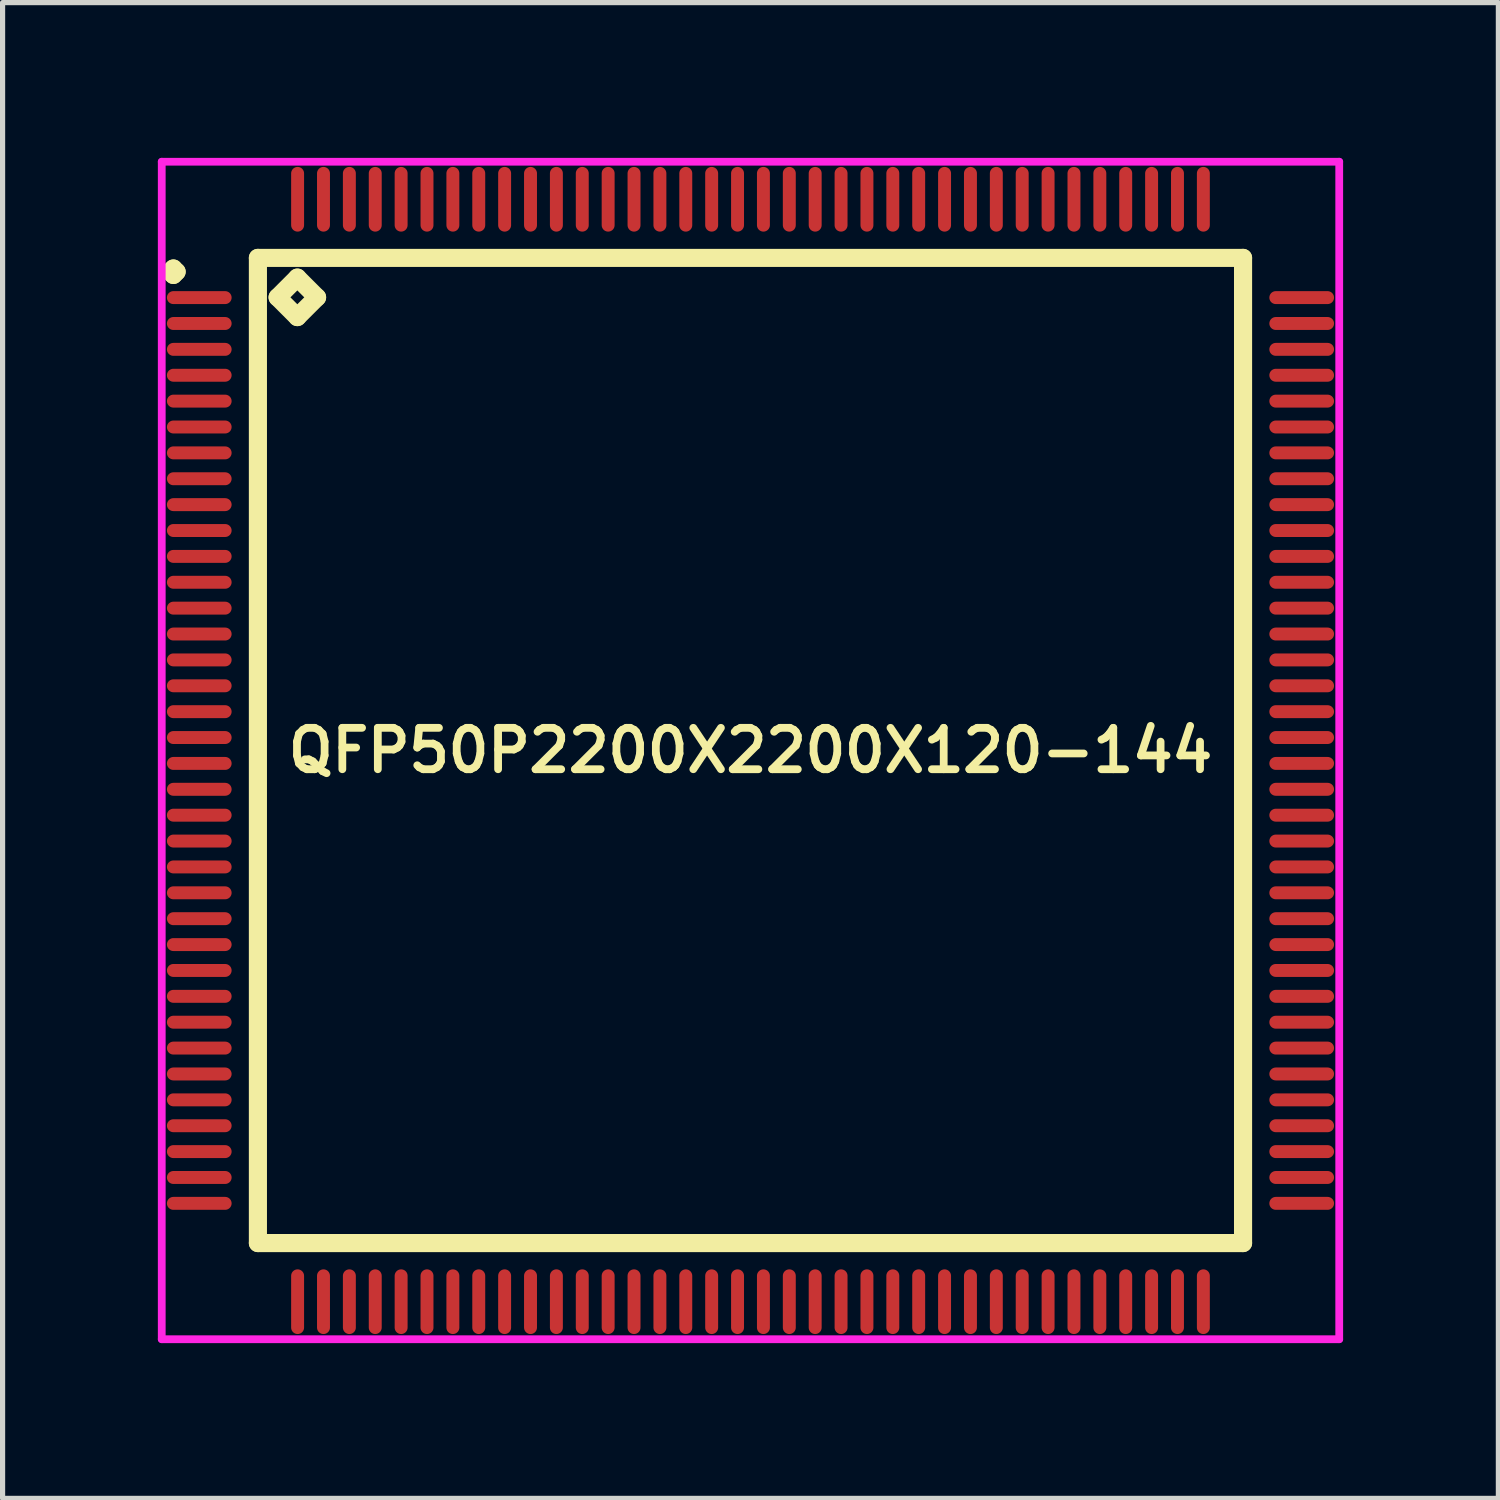
<source format=kicad_pcb>
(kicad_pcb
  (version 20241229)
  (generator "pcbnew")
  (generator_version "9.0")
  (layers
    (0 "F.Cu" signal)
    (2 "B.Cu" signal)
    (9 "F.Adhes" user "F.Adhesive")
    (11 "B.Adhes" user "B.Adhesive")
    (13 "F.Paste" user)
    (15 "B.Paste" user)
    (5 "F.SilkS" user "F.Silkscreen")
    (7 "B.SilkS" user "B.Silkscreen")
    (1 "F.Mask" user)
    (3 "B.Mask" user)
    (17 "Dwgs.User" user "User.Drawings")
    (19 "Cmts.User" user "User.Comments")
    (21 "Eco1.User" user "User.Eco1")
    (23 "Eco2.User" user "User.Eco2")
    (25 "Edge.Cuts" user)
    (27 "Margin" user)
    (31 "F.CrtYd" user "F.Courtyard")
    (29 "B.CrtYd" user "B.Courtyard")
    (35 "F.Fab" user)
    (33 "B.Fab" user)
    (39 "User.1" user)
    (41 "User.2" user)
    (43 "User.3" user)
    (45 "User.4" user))
  (footprint "QFP50P2200X2200X120-144"
    (layer "F.Cu")
    (at 11.45 11.45)
    (property "Reference" "QFP50P2200X2200X120-144" (at 0 0 0) (layer "F.SilkS") (effects (font (size 0.8 0.8) (thickness 0.15))))
    (attr smd)
    (fp_line (start -11.213 -9.25) (end -11.15 -9.312) (stroke (width 0.35) (type solid)) (layer "F.SilkS"))
    (fp_line (start -11.15 -9.312) (end -11.088 -9.25) (stroke (width 0.35) (type solid)) (layer "F.SilkS"))
    (fp_line (start -11.15 -9.188) (end -11.213 -9.25) (stroke (width 0.35) (type solid)) (layer "F.SilkS"))
    (fp_line (start -11.088 -9.25) (end -11.15 -9.188) (stroke (width 0.35) (type solid)) (layer "F.SilkS"))
    (fp_line (start -9.517 -9.517) (end -9.517 9.517) (stroke (width 0.35) (type solid)) (layer "F.SilkS"))
    (fp_line (start -9.517 9.517) (end 9.517 9.517) (stroke (width 0.35) (type solid)) (layer "F.SilkS"))
    (fp_line (start -9.136 -8.755) (end -8.755 -9.136) (stroke (width 0.35) (type solid)) (layer "F.SilkS"))
    (fp_line (start -8.755 -9.136) (end -8.374 -8.755) (stroke (width 0.35) (type solid)) (layer "F.SilkS"))
    (fp_line (start -8.755 -8.374) (end -9.136 -8.755) (stroke (width 0.35) (type solid)) (layer "F.SilkS"))
    (fp_line (start -8.374 -8.755) (end -8.755 -8.374) (stroke (width 0.35) (type solid)) (layer "F.SilkS"))
    (fp_line (start 9.517 -9.517) (end -9.517 -9.517) (stroke (width 0.35) (type solid)) (layer "F.SilkS"))
    (fp_line (start 9.517 9.517) (end 9.517 -9.517) (stroke (width 0.35) (type solid)) (layer "F.SilkS"))
    (fp_line (start -11.375 -11.375) (end 11.375 -11.375) (stroke (width 0.15) (type solid)) (layer "F.CrtYd"))
    (fp_line (start -11.375 11.375) (end -11.375 -11.375) (stroke (width 0.15) (type solid)) (layer "F.CrtYd"))
    (fp_line (start 11.375 -11.375) (end 11.375 11.375) (stroke (width 0.15) (type solid)) (layer "F.CrtYd"))
    (fp_line (start 11.375 11.375) (end -11.375 11.375) (stroke (width 0.15) (type solid)) (layer "F.CrtYd"))
    (pad "1" smd oval (at -10.65 -8.75) (size 1.25 0.25) (layers "F.Cu" "F.Mask" "F.Paste"))
    (pad "2" smd oval (at -10.65 -8.25) (size 1.25 0.25) (layers "F.Cu" "F.Mask" "F.Paste"))
    (pad "3" smd oval (at -10.65 -7.75) (size 1.25 0.25) (layers "F.Cu" "F.Mask" "F.Paste"))
    (pad "4" smd oval (at -10.65 -7.25) (size 1.25 0.25) (layers "F.Cu" "F.Mask" "F.Paste"))
    (pad "5" smd oval (at -10.65 -6.75) (size 1.25 0.25) (layers "F.Cu" "F.Mask" "F.Paste"))
    (pad "6" smd oval (at -10.65 -6.25) (size 1.25 0.25) (layers "F.Cu" "F.Mask" "F.Paste"))
    (pad "7" smd oval (at -10.65 -5.75) (size 1.25 0.25) (layers "F.Cu" "F.Mask" "F.Paste"))
    (pad "8" smd oval (at -10.65 -5.25) (size 1.25 0.25) (layers "F.Cu" "F.Mask" "F.Paste"))
    (pad "9" smd oval (at -10.65 -4.75) (size 1.25 0.25) (layers "F.Cu" "F.Mask" "F.Paste"))
    (pad "10" smd oval (at -10.65 -4.25) (size 1.25 0.25) (layers "F.Cu" "F.Mask" "F.Paste"))
    (pad "11" smd oval (at -10.65 -3.75) (size 1.25 0.25) (layers "F.Cu" "F.Mask" "F.Paste"))
    (pad "12" smd oval (at -10.65 -3.25) (size 1.25 0.25) (layers "F.Cu" "F.Mask" "F.Paste"))
    (pad "13" smd oval (at -10.65 -2.75) (size 1.25 0.25) (layers "F.Cu" "F.Mask" "F.Paste"))
    (pad "14" smd oval (at -10.65 -2.25) (size 1.25 0.25) (layers "F.Cu" "F.Mask" "F.Paste"))
    (pad "15" smd oval (at -10.65 -1.75) (size 1.25 0.25) (layers "F.Cu" "F.Mask" "F.Paste"))
    (pad "16" smd oval (at -10.65 -1.25) (size 1.25 0.25) (layers "F.Cu" "F.Mask" "F.Paste"))
    (pad "17" smd oval (at -10.65 -0.75) (size 1.25 0.25) (layers "F.Cu" "F.Mask" "F.Paste"))
    (pad "18" smd oval (at -10.65 -0.25) (size 1.25 0.25) (layers "F.Cu" "F.Mask" "F.Paste"))
    (pad "19" smd oval (at -10.65 0.25) (size 1.25 0.25) (layers "F.Cu" "F.Mask" "F.Paste"))
    (pad "20" smd oval (at -10.65 0.75) (size 1.25 0.25) (layers "F.Cu" "F.Mask" "F.Paste"))
    (pad "21" smd oval (at -10.65 1.25) (size 1.25 0.25) (layers "F.Cu" "F.Mask" "F.Paste"))
    (pad "22" smd oval (at -10.65 1.75) (size 1.25 0.25) (layers "F.Cu" "F.Mask" "F.Paste"))
    (pad "23" smd oval (at -10.65 2.25) (size 1.25 0.25) (layers "F.Cu" "F.Mask" "F.Paste"))
    (pad "24" smd oval (at -10.65 2.75) (size 1.25 0.25) (layers "F.Cu" "F.Mask" "F.Paste"))
    (pad "25" smd oval (at -10.65 3.25) (size 1.25 0.25) (layers "F.Cu" "F.Mask" "F.Paste"))
    (pad "26" smd oval (at -10.65 3.75) (size 1.25 0.25) (layers "F.Cu" "F.Mask" "F.Paste"))
    (pad "27" smd oval (at -10.65 4.25) (size 1.25 0.25) (layers "F.Cu" "F.Mask" "F.Paste"))
    (pad "28" smd oval (at -10.65 4.75) (size 1.25 0.25) (layers "F.Cu" "F.Mask" "F.Paste"))
    (pad "29" smd oval (at -10.65 5.25) (size 1.25 0.25) (layers "F.Cu" "F.Mask" "F.Paste"))
    (pad "30" smd oval (at -10.65 5.75) (size 1.25 0.25) (layers "F.Cu" "F.Mask" "F.Paste"))
    (pad "31" smd oval (at -10.65 6.25) (size 1.25 0.25) (layers "F.Cu" "F.Mask" "F.Paste"))
    (pad "32" smd oval (at -10.65 6.75) (size 1.25 0.25) (layers "F.Cu" "F.Mask" "F.Paste"))
    (pad "33" smd oval (at -10.65 7.25) (size 1.25 0.25) (layers "F.Cu" "F.Mask" "F.Paste"))
    (pad "34" smd oval (at -10.65 7.75) (size 1.25 0.25) (layers "F.Cu" "F.Mask" "F.Paste"))
    (pad "35" smd oval (at -10.65 8.25) (size 1.25 0.25) (layers "F.Cu" "F.Mask" "F.Paste"))
    (pad "36" smd oval (at -10.65 8.75) (size 1.25 0.25) (layers "F.Cu" "F.Mask" "F.Paste"))
    (pad "37" smd oval (at -8.75 10.65) (size 0.25 1.25) (layers "F.Cu" "F.Mask" "F.Paste"))
    (pad "38" smd oval (at -8.25 10.65) (size 0.25 1.25) (layers "F.Cu" "F.Mask" "F.Paste"))
    (pad "39" smd oval (at -7.75 10.65) (size 0.25 1.25) (layers "F.Cu" "F.Mask" "F.Paste"))
    (pad "40" smd oval (at -7.25 10.65) (size 0.25 1.25) (layers "F.Cu" "F.Mask" "F.Paste"))
    (pad "41" smd oval (at -6.75 10.65) (size 0.25 1.25) (layers "F.Cu" "F.Mask" "F.Paste"))
    (pad "42" smd oval (at -6.25 10.65) (size 0.25 1.25) (layers "F.Cu" "F.Mask" "F.Paste"))
    (pad "43" smd oval (at -5.75 10.65) (size 0.25 1.25) (layers "F.Cu" "F.Mask" "F.Paste"))
    (pad "44" smd oval (at -5.25 10.65) (size 0.25 1.25) (layers "F.Cu" "F.Mask" "F.Paste"))
    (pad "45" smd oval (at -4.75 10.65) (size 0.25 1.25) (layers "F.Cu" "F.Mask" "F.Paste"))
    (pad "46" smd oval (at -4.25 10.65) (size 0.25 1.25) (layers "F.Cu" "F.Mask" "F.Paste"))
    (pad "47" smd oval (at -3.75 10.65) (size 0.25 1.25) (layers "F.Cu" "F.Mask" "F.Paste"))
    (pad "48" smd oval (at -3.25 10.65) (size 0.25 1.25) (layers "F.Cu" "F.Mask" "F.Paste"))
    (pad "49" smd oval (at -2.75 10.65) (size 0.25 1.25) (layers "F.Cu" "F.Mask" "F.Paste"))
    (pad "50" smd oval (at -2.25 10.65) (size 0.25 1.25) (layers "F.Cu" "F.Mask" "F.Paste"))
    (pad "51" smd oval (at -1.75 10.65) (size 0.25 1.25) (layers "F.Cu" "F.Mask" "F.Paste"))
    (pad "52" smd oval (at -1.25 10.65) (size 0.25 1.25) (layers "F.Cu" "F.Mask" "F.Paste"))
    (pad "53" smd oval (at -0.75 10.65) (size 0.25 1.25) (layers "F.Cu" "F.Mask" "F.Paste"))
    (pad "54" smd oval (at -0.25 10.65) (size 0.25 1.25) (layers "F.Cu" "F.Mask" "F.Paste"))
    (pad "55" smd oval (at 0.25 10.65) (size 0.25 1.25) (layers "F.Cu" "F.Mask" "F.Paste"))
    (pad "56" smd oval (at 0.75 10.65) (size 0.25 1.25) (layers "F.Cu" "F.Mask" "F.Paste"))
    (pad "57" smd oval (at 1.25 10.65) (size 0.25 1.25) (layers "F.Cu" "F.Mask" "F.Paste"))
    (pad "58" smd oval (at 1.75 10.65) (size 0.25 1.25) (layers "F.Cu" "F.Mask" "F.Paste"))
    (pad "59" smd oval (at 2.25 10.65) (size 0.25 1.25) (layers "F.Cu" "F.Mask" "F.Paste"))
    (pad "60" smd oval (at 2.75 10.65) (size 0.25 1.25) (layers "F.Cu" "F.Mask" "F.Paste"))
    (pad "61" smd oval (at 3.25 10.65) (size 0.25 1.25) (layers "F.Cu" "F.Mask" "F.Paste"))
    (pad "62" smd oval (at 3.75 10.65) (size 0.25 1.25) (layers "F.Cu" "F.Mask" "F.Paste"))
    (pad "63" smd oval (at 4.25 10.65) (size 0.25 1.25) (layers "F.Cu" "F.Mask" "F.Paste"))
    (pad "64" smd oval (at 4.75 10.65) (size 0.25 1.25) (layers "F.Cu" "F.Mask" "F.Paste"))
    (pad "65" smd oval (at 5.25 10.65) (size 0.25 1.25) (layers "F.Cu" "F.Mask" "F.Paste"))
    (pad "66" smd oval (at 5.75 10.65) (size 0.25 1.25) (layers "F.Cu" "F.Mask" "F.Paste"))
    (pad "67" smd oval (at 6.25 10.65) (size 0.25 1.25) (layers "F.Cu" "F.Mask" "F.Paste"))
    (pad "68" smd oval (at 6.75 10.65) (size 0.25 1.25) (layers "F.Cu" "F.Mask" "F.Paste"))
    (pad "69" smd oval (at 7.25 10.65) (size 0.25 1.25) (layers "F.Cu" "F.Mask" "F.Paste"))
    (pad "70" smd oval (at 7.75 10.65) (size 0.25 1.25) (layers "F.Cu" "F.Mask" "F.Paste"))
    (pad "71" smd oval (at 8.25 10.65) (size 0.25 1.25) (layers "F.Cu" "F.Mask" "F.Paste"))
    (pad "72" smd oval (at 8.75 10.65) (size 0.25 1.25) (layers "F.Cu" "F.Mask" "F.Paste"))
    (pad "73" smd oval (at 10.65 8.75) (size 1.25 0.25) (layers "F.Cu" "F.Mask" "F.Paste"))
    (pad "74" smd oval (at 10.65 8.25) (size 1.25 0.25) (layers "F.Cu" "F.Mask" "F.Paste"))
    (pad "75" smd oval (at 10.65 7.75) (size 1.25 0.25) (layers "F.Cu" "F.Mask" "F.Paste"))
    (pad "76" smd oval (at 10.65 7.25) (size 1.25 0.25) (layers "F.Cu" "F.Mask" "F.Paste"))
    (pad "77" smd oval (at 10.65 6.75) (size 1.25 0.25) (layers "F.Cu" "F.Mask" "F.Paste"))
    (pad "78" smd oval (at 10.65 6.25) (size 1.25 0.25) (layers "F.Cu" "F.Mask" "F.Paste"))
    (pad "79" smd oval (at 10.65 5.75) (size 1.25 0.25) (layers "F.Cu" "F.Mask" "F.Paste"))
    (pad "80" smd oval (at 10.65 5.25) (size 1.25 0.25) (layers "F.Cu" "F.Mask" "F.Paste"))
    (pad "81" smd oval (at 10.65 4.75) (size 1.25 0.25) (layers "F.Cu" "F.Mask" "F.Paste"))
    (pad "82" smd oval (at 10.65 4.25) (size 1.25 0.25) (layers "F.Cu" "F.Mask" "F.Paste"))
    (pad "83" smd oval (at 10.65 3.75) (size 1.25 0.25) (layers "F.Cu" "F.Mask" "F.Paste"))
    (pad "84" smd oval (at 10.65 3.25) (size 1.25 0.25) (layers "F.Cu" "F.Mask" "F.Paste"))
    (pad "85" smd oval (at 10.65 2.75) (size 1.25 0.25) (layers "F.Cu" "F.Mask" "F.Paste"))
    (pad "86" smd oval (at 10.65 2.25) (size 1.25 0.25) (layers "F.Cu" "F.Mask" "F.Paste"))
    (pad "87" smd oval (at 10.65 1.75) (size 1.25 0.25) (layers "F.Cu" "F.Mask" "F.Paste"))
    (pad "88" smd oval (at 10.65 1.25) (size 1.25 0.25) (layers "F.Cu" "F.Mask" "F.Paste"))
    (pad "89" smd oval (at 10.65 0.75) (size 1.25 0.25) (layers "F.Cu" "F.Mask" "F.Paste"))
    (pad "90" smd oval (at 10.65 0.25) (size 1.25 0.25) (layers "F.Cu" "F.Mask" "F.Paste"))
    (pad "91" smd oval (at 10.65 -0.25) (size 1.25 0.25) (layers "F.Cu" "F.Mask" "F.Paste"))
    (pad "92" smd oval (at 10.65 -0.75) (size 1.25 0.25) (layers "F.Cu" "F.Mask" "F.Paste"))
    (pad "93" smd oval (at 10.65 -1.25) (size 1.25 0.25) (layers "F.Cu" "F.Mask" "F.Paste"))
    (pad "94" smd oval (at 10.65 -1.75) (size 1.25 0.25) (layers "F.Cu" "F.Mask" "F.Paste"))
    (pad "95" smd oval (at 10.65 -2.25) (size 1.25 0.25) (layers "F.Cu" "F.Mask" "F.Paste"))
    (pad "96" smd oval (at 10.65 -2.75) (size 1.25 0.25) (layers "F.Cu" "F.Mask" "F.Paste"))
    (pad "97" smd oval (at 10.65 -3.25) (size 1.25 0.25) (layers "F.Cu" "F.Mask" "F.Paste"))
    (pad "98" smd oval (at 10.65 -3.75) (size 1.25 0.25) (layers "F.Cu" "F.Mask" "F.Paste"))
    (pad "99" smd oval (at 10.65 -4.25) (size 1.25 0.25) (layers "F.Cu" "F.Mask" "F.Paste"))
    (pad "100" smd oval (at 10.65 -4.75) (size 1.25 0.25) (layers "F.Cu" "F.Mask" "F.Paste"))
    (pad "101" smd oval (at 10.65 -5.25) (size 1.25 0.25) (layers "F.Cu" "F.Mask" "F.Paste"))
    (pad "102" smd oval (at 10.65 -5.75) (size 1.25 0.25) (layers "F.Cu" "F.Mask" "F.Paste"))
    (pad "103" smd oval (at 10.65 -6.25) (size 1.25 0.25) (layers "F.Cu" "F.Mask" "F.Paste"))
    (pad "104" smd oval (at 10.65 -6.75) (size 1.25 0.25) (layers "F.Cu" "F.Mask" "F.Paste"))
    (pad "105" smd oval (at 10.65 -7.25) (size 1.25 0.25) (layers "F.Cu" "F.Mask" "F.Paste"))
    (pad "106" smd oval (at 10.65 -7.75) (size 1.25 0.25) (layers "F.Cu" "F.Mask" "F.Paste"))
    (pad "107" smd oval (at 10.65 -8.25) (size 1.25 0.25) (layers "F.Cu" "F.Mask" "F.Paste"))
    (pad "108" smd oval (at 10.65 -8.75) (size 1.25 0.25) (layers "F.Cu" "F.Mask" "F.Paste"))
    (pad "109" smd oval (at 8.75 -10.65) (size 0.25 1.25) (layers "F.Cu" "F.Mask" "F.Paste"))
    (pad "110" smd oval (at 8.25 -10.65) (size 0.25 1.25) (layers "F.Cu" "F.Mask" "F.Paste"))
    (pad "111" smd oval (at 7.75 -10.65) (size 0.25 1.25) (layers "F.Cu" "F.Mask" "F.Paste"))
    (pad "112" smd oval (at 7.25 -10.65) (size 0.25 1.25) (layers "F.Cu" "F.Mask" "F.Paste"))
    (pad "113" smd oval (at 6.75 -10.65) (size 0.25 1.25) (layers "F.Cu" "F.Mask" "F.Paste"))
    (pad "114" smd oval (at 6.25 -10.65) (size 0.25 1.25) (layers "F.Cu" "F.Mask" "F.Paste"))
    (pad "115" smd oval (at 5.75 -10.65) (size 0.25 1.25) (layers "F.Cu" "F.Mask" "F.Paste"))
    (pad "116" smd oval (at 5.25 -10.65) (size 0.25 1.25) (layers "F.Cu" "F.Mask" "F.Paste"))
    (pad "117" smd oval (at 4.75 -10.65) (size 0.25 1.25) (layers "F.Cu" "F.Mask" "F.Paste"))
    (pad "118" smd oval (at 4.25 -10.65) (size 0.25 1.25) (layers "F.Cu" "F.Mask" "F.Paste"))
    (pad "119" smd oval (at 3.75 -10.65) (size 0.25 1.25) (layers "F.Cu" "F.Mask" "F.Paste"))
    (pad "120" smd oval (at 3.25 -10.65) (size 0.25 1.25) (layers "F.Cu" "F.Mask" "F.Paste"))
    (pad "121" smd oval (at 2.75 -10.65) (size 0.25 1.25) (layers "F.Cu" "F.Mask" "F.Paste"))
    (pad "122" smd oval (at 2.25 -10.65) (size 0.25 1.25) (layers "F.Cu" "F.Mask" "F.Paste"))
    (pad "123" smd oval (at 1.75 -10.65) (size 0.25 1.25) (layers "F.Cu" "F.Mask" "F.Paste"))
    (pad "124" smd oval (at 1.25 -10.65) (size 0.25 1.25) (layers "F.Cu" "F.Mask" "F.Paste"))
    (pad "125" smd oval (at 0.75 -10.65) (size 0.25 1.25) (layers "F.Cu" "F.Mask" "F.Paste"))
    (pad "126" smd oval (at 0.25 -10.65) (size 0.25 1.25) (layers "F.Cu" "F.Mask" "F.Paste"))
    (pad "127" smd oval (at -0.25 -10.65) (size 0.25 1.25) (layers "F.Cu" "F.Mask" "F.Paste"))
    (pad "128" smd oval (at -0.75 -10.65) (size 0.25 1.25) (layers "F.Cu" "F.Mask" "F.Paste"))
    (pad "129" smd oval (at -1.25 -10.65) (size 0.25 1.25) (layers "F.Cu" "F.Mask" "F.Paste"))
    (pad "130" smd oval (at -1.75 -10.65) (size 0.25 1.25) (layers "F.Cu" "F.Mask" "F.Paste"))
    (pad "131" smd oval (at -2.25 -10.65) (size 0.25 1.25) (layers "F.Cu" "F.Mask" "F.Paste"))
    (pad "132" smd oval (at -2.75 -10.65) (size 0.25 1.25) (layers "F.Cu" "F.Mask" "F.Paste"))
    (pad "133" smd oval (at -3.25 -10.65) (size 0.25 1.25) (layers "F.Cu" "F.Mask" "F.Paste"))
    (pad "134" smd oval (at -3.75 -10.65) (size 0.25 1.25) (layers "F.Cu" "F.Mask" "F.Paste"))
    (pad "135" smd oval (at -4.25 -10.65) (size 0.25 1.25) (layers "F.Cu" "F.Mask" "F.Paste"))
    (pad "136" smd oval (at -4.75 -10.65) (size 0.25 1.25) (layers "F.Cu" "F.Mask" "F.Paste"))
    (pad "137" smd oval (at -5.25 -10.65) (size 0.25 1.25) (layers "F.Cu" "F.Mask" "F.Paste"))
    (pad "138" smd oval (at -5.75 -10.65) (size 0.25 1.25) (layers "F.Cu" "F.Mask" "F.Paste"))
    (pad "139" smd oval (at -6.25 -10.65) (size 0.25 1.25) (layers "F.Cu" "F.Mask" "F.Paste"))
    (pad "140" smd oval (at -6.75 -10.65) (size 0.25 1.25) (layers "F.Cu" "F.Mask" "F.Paste"))
    (pad "141" smd oval (at -7.25 -10.65) (size 0.25 1.25) (layers "F.Cu" "F.Mask" "F.Paste"))
    (pad "142" smd oval (at -7.75 -10.65) (size 0.25 1.25) (layers "F.Cu" "F.Mask" "F.Paste"))
    (pad "143" smd oval (at -8.25 -10.65) (size 0.25 1.25) (layers "F.Cu" "F.Mask" "F.Paste"))
    (pad "144" smd oval (at -8.75 -10.65) (size 0.25 1.25) (layers "F.Cu" "F.Mask" "F.Paste")))
  (gr_rect
    (start -3 -3)
    (end 25.9 25.9)
    (stroke (width 0.1) (type default))
    (fill no)
    (layer "Edge.Cuts")))
</source>
